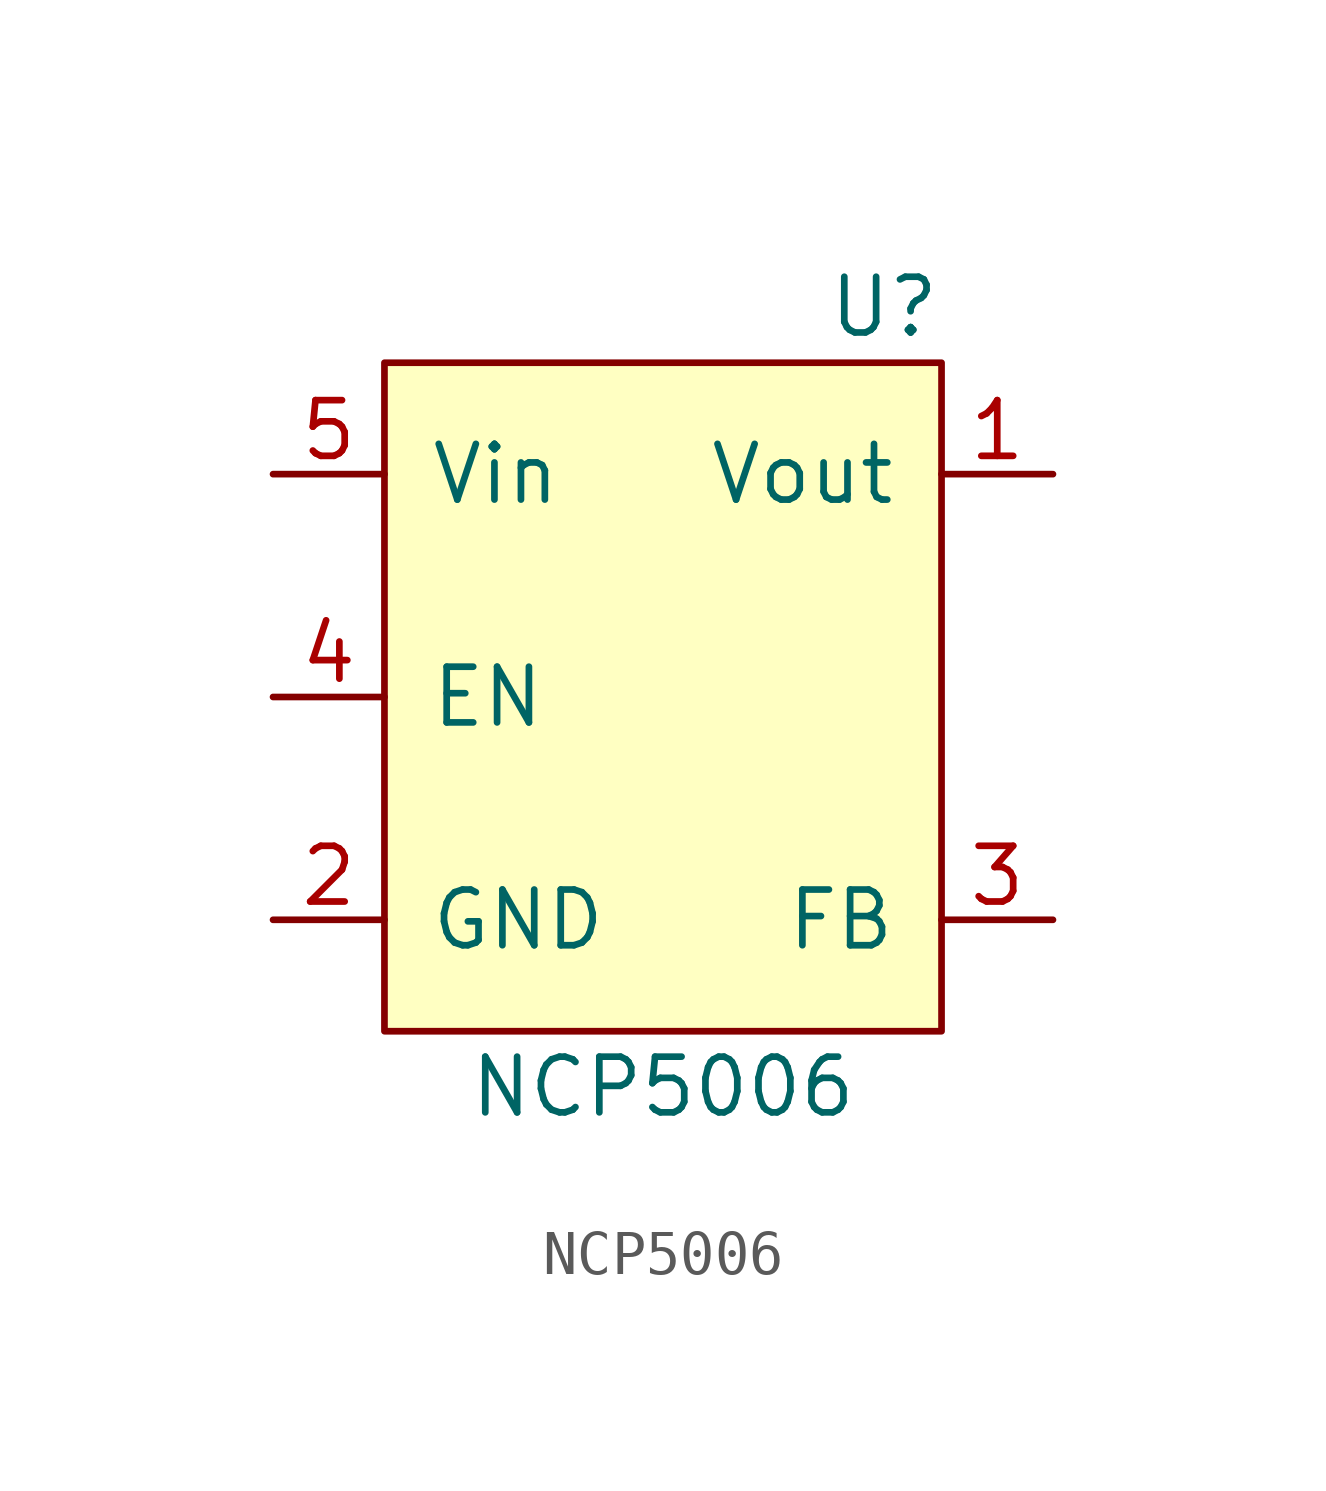
<source format=kicad_sym>
(kicad_symbol_lib
  (version 20231120)
  (generator "kicad_symbol_editor")
  (generator_version "8.99")
  (symbol "NCP5006"
    (pin_names
      (offset 1.016))
    (property "Reference" "U"
      (at 6.35 8.89 0)
      (effects (font (size 1.27 1.27)) (justify right)))
    (property "Value" "NCP5006"
      (at 0 -8.89 0)
      (effects (font (size 1.27 1.27))))
    (symbol "NCP5006_0_1"
      (rectangle (start -6.35 7.62) (end 6.35 -7.62) (stroke (width 0) (type solid)) (fill (type background))))
    (symbol "NCP5006_1_1"
      (pin power_out line (at 8.89 5.08 180) (length 2.54) (name "Vout" (effects (font (size 1.27 1.27)))) (number "1" (effects (font (size 1.27 1.27)))))
      (pin power_in line (at -8.89 -5.08 0) (length 2.54) (name "GND" (effects (font (size 1.27 1.27)))) (number "2" (effects (font (size 1.27 1.27)))))
      (pin input line (at 8.89 -5.08 180) (length 2.54) (name "FB" (effects (font (size 1.27 1.27)))) (number "3" (effects (font (size 1.27 1.27)))))
      (pin input line (at -8.89 0 0) (length 2.54) (name "EN" (effects (font (size 1.27 1.27)))) (number "4" (effects (font (size 1.27 1.27)))))
      (pin power_in line (at -8.89 5.08 0) (length 2.54) (name "Vin" (effects (font (size 1.27 1.27)))) (number "5" (effects (font (size 1.27 1.27))))))))
</source>
